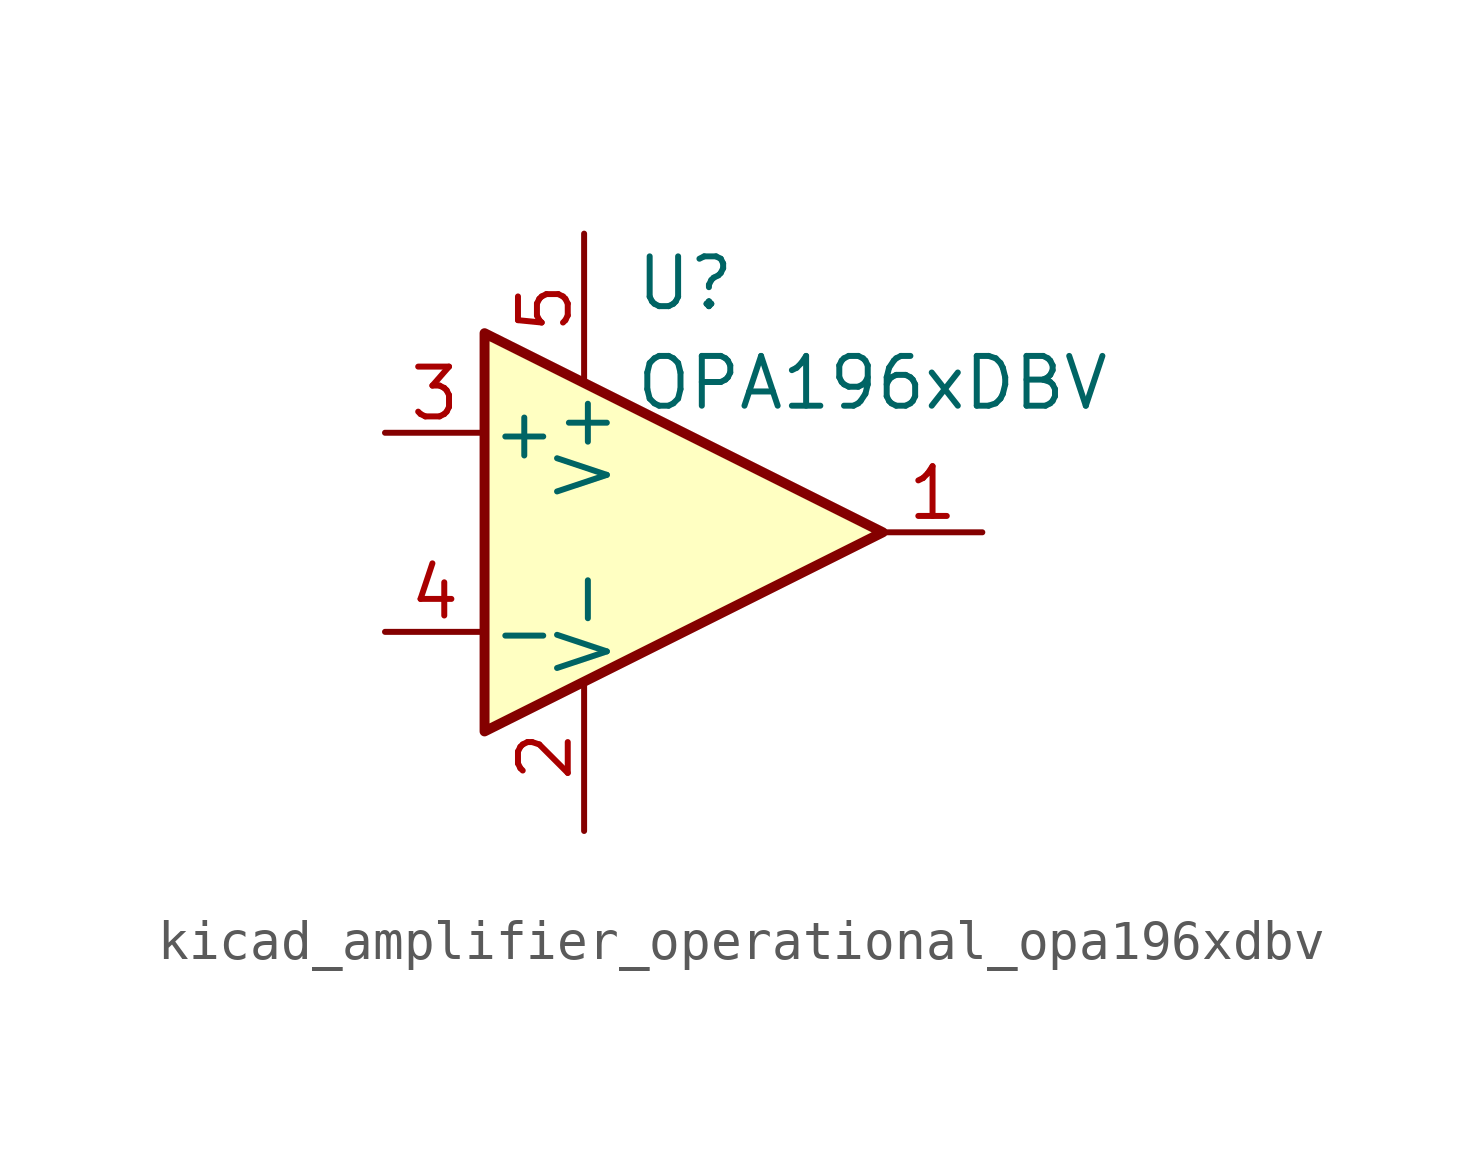
<source format=kicad_sym>
(kicad_symbol_lib
  (version 20220914)
  (generator kicad_symbol_editor)
  (symbol "kicad_amplifier_operational_opa196xdbv"
    (pin_names
      (offset 0.127))
    (property "Reference" "U"
      (at -1.27 6.35 0)
      (effects (font (size 1.27 1.27)) (justify left)))
    (property "Value" "OPA196xDBV"
      (at -1.27 3.81 0)
      (effects (font (size 1.27 1.27)) (justify left)))
    (symbol "kicad_amplifier_operational_opa196xdbv_0_1"
      (polyline (pts (xy -5.08 5.08) (xy 5.08 0) (xy -5.08 -5.08) (xy -5.08 5.08)) (stroke (width 0.254) (type default)) (fill (type background)))
      (pin power_in line (at -2.54 -7.62 90) (length 3.81) (name "V-" (effects (font (size 1.27 1.27)))) (number "2" (effects (font (size 1.27 1.27)))))
      (pin power_in line (at -2.54 7.62 270) (length 3.81) (name "V+" (effects (font (size 1.27 1.27)))) (number "5" (effects (font (size 1.27 1.27))))))
    (symbol "kicad_amplifier_operational_opa196xdbv_1_1"
      (pin output line (at 7.62 0 180) (length 2.54) (name "~" (effects (font (size 1.27 1.27)))) (number "1" (effects (font (size 1.27 1.27)))))
      (pin input line (at -7.62 2.54 0) (length 2.54) (name "+" (effects (font (size 1.27 1.27)))) (number "3" (effects (font (size 1.27 1.27)))))
      (pin input line (at -7.62 -2.54 0) (length 2.54) (name "-" (effects (font (size 1.27 1.27)))) (number "4" (effects (font (size 1.27 1.27))))))))
</source>
